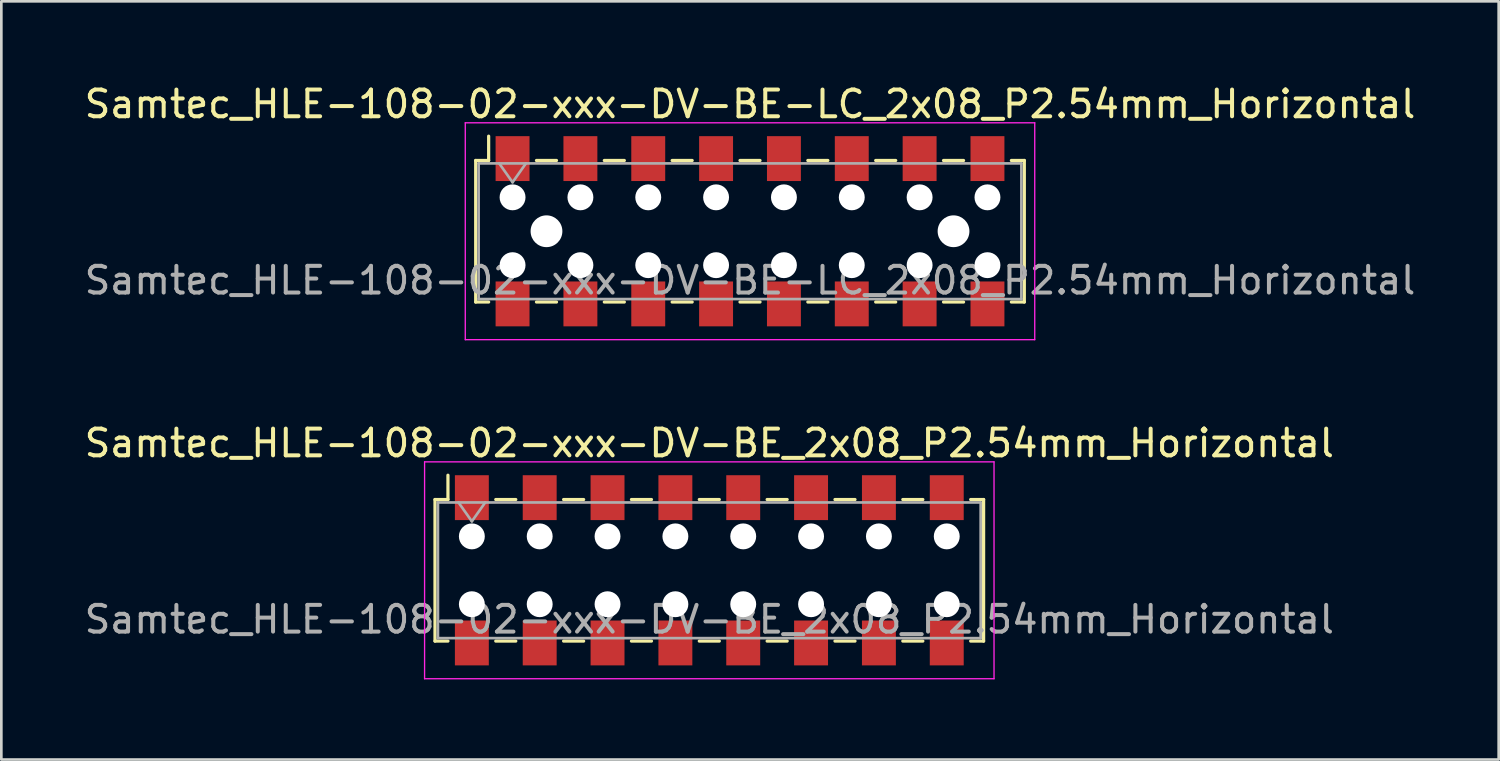
<source format=kicad_pcb>
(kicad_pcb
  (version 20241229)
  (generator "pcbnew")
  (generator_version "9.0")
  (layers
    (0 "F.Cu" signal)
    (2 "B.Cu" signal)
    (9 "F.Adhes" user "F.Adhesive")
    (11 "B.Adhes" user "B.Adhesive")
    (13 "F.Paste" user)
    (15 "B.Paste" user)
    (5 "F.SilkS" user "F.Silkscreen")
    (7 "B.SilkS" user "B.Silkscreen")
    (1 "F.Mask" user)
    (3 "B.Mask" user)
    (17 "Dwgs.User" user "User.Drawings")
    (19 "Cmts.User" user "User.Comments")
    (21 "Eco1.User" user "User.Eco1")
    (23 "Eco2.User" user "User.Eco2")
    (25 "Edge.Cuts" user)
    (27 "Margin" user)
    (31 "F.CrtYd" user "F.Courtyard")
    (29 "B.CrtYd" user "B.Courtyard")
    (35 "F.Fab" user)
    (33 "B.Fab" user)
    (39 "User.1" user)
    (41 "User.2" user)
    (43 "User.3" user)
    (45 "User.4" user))
  (footprint "Samtec_HLE-108-02-xxx-DV-BE_2x08_P2.54mm_Horizontal"
    (layer "F.Cu")
    (at 23.506 18.302)
    (property "Reference" "Samtec_HLE-108-02-xxx-DV-BE_2x08_P2.54mm_Horizontal" (at 0 -4.76 0) (layer "F.SilkS") (effects (font (size 1 1) (thickness 0.15))))
    (attr smd)
    (fp_line (start -10.27 -2.65) (end -10.27 2.65) (stroke (width 0.12) (type solid)) (layer "F.SilkS"))
    (fp_line (start -10.27 2.65) (end -9.785 2.65) (stroke (width 0.12) (type solid)) (layer "F.SilkS"))
    (fp_line (start -9.785 -3.56) (end -9.785 -2.65) (stroke (width 0.12) (type solid)) (layer "F.SilkS"))
    (fp_line (start -9.785 -2.65) (end -10.27 -2.65) (stroke (width 0.12) (type solid)) (layer "F.SilkS"))
    (fp_line (start -7.995 -2.65) (end -7.245 -2.65) (stroke (width 0.12) (type solid)) (layer "F.SilkS"))
    (fp_line (start -7.995 2.65) (end -7.245 2.65) (stroke (width 0.12) (type solid)) (layer "F.SilkS"))
    (fp_line (start -5.455 -2.65) (end -4.705 -2.65) (stroke (width 0.12) (type solid)) (layer "F.SilkS"))
    (fp_line (start -5.455 2.65) (end -4.705 2.65) (stroke (width 0.12) (type solid)) (layer "F.SilkS"))
    (fp_line (start -2.915 -2.65) (end -2.165 -2.65) (stroke (width 0.12) (type solid)) (layer "F.SilkS"))
    (fp_line (start -2.915 2.65) (end -2.165 2.65) (stroke (width 0.12) (type solid)) (layer "F.SilkS"))
    (fp_line (start -0.375 -2.65) (end 0.375 -2.65) (stroke (width 0.12) (type solid)) (layer "F.SilkS"))
    (fp_line (start -0.375 2.65) (end 0.375 2.65) (stroke (width 0.12) (type solid)) (layer "F.SilkS"))
    (fp_line (start 2.165 -2.65) (end 2.915 -2.65) (stroke (width 0.12) (type solid)) (layer "F.SilkS"))
    (fp_line (start 2.165 2.65) (end 2.915 2.65) (stroke (width 0.12) (type solid)) (layer "F.SilkS"))
    (fp_line (start 4.705 -2.65) (end 5.455 -2.65) (stroke (width 0.12) (type solid)) (layer "F.SilkS"))
    (fp_line (start 4.705 2.65) (end 5.455 2.65) (stroke (width 0.12) (type solid)) (layer "F.SilkS"))
    (fp_line (start 7.245 -2.65) (end 7.995 -2.65) (stroke (width 0.12) (type solid)) (layer "F.SilkS"))
    (fp_line (start 7.245 2.65) (end 7.995 2.65) (stroke (width 0.12) (type solid)) (layer "F.SilkS"))
    (fp_line (start 9.785 -2.65) (end 10.27 -2.65) (stroke (width 0.12) (type solid)) (layer "F.SilkS"))
    (fp_line (start 10.27 -2.65) (end 10.27 2.65) (stroke (width 0.12) (type solid)) (layer "F.SilkS"))
    (fp_line (start 10.27 2.65) (end 9.785 2.65) (stroke (width 0.12) (type solid)) (layer "F.SilkS"))
    (fp_line (start -10.66 -4.06) (end 10.66 -4.06) (stroke (width 0.05) (type solid)) (layer "F.CrtYd"))
    (fp_line (start -10.66 4.06) (end -10.66 -4.06) (stroke (width 0.05) (type solid)) (layer "F.CrtYd"))
    (fp_line (start 10.66 -4.06) (end 10.66 4.06) (stroke (width 0.05) (type solid)) (layer "F.CrtYd"))
    (fp_line (start 10.66 4.06) (end -10.66 4.06) (stroke (width 0.05) (type solid)) (layer "F.CrtYd"))
    (fp_line (start -10.16 -2.54) (end 10.16 -2.54) (stroke (width 0.1) (type solid)) (layer "F.Fab"))
    (fp_line (start -10.16 2.54) (end -10.16 -2.54) (stroke (width 0.1) (type solid)) (layer "F.Fab"))
    (fp_line (start -9.39 -2.54) (end -8.89 -1.833) (stroke (width 0.1) (type solid)) (layer "F.Fab"))
    (fp_line (start -8.89 -1.833) (end -8.39 -2.54) (stroke (width 0.1) (type solid)) (layer "F.Fab"))
    (fp_line (start 10.16 -2.54) (end 10.16 2.54) (stroke (width 0.1) (type solid)) (layer "F.Fab"))
    (fp_line (start 10.16 2.54) (end -10.16 2.54) (stroke (width 0.1) (type solid)) (layer "F.Fab"))
    (fp_text user "${REFERENCE}" (at 0 1.84 0) (layer "F.Fab") (effects (font (size 1 1) (thickness 0.15))))
    (pad "" np_thru_hole circle (at -8.89 -1.27) (size 0.97 0.97) (drill 0.97) (layers "*.Cu" "*.Mask"))
    (pad "" np_thru_hole circle (at -8.89 1.27) (size 0.97 0.97) (drill 0.97) (layers "*.Cu" "*.Mask"))
    (pad "" np_thru_hole circle (at -6.35 -1.27) (size 0.97 0.97) (drill 0.97) (layers "*.Cu" "*.Mask"))
    (pad "" np_thru_hole circle (at -6.35 1.27) (size 0.97 0.97) (drill 0.97) (layers "*.Cu" "*.Mask"))
    (pad "" np_thru_hole circle (at -3.81 -1.27) (size 0.97 0.97) (drill 0.97) (layers "*.Cu" "*.Mask"))
    (pad "" np_thru_hole circle (at -3.81 1.27) (size 0.97 0.97) (drill 0.97) (layers "*.Cu" "*.Mask"))
    (pad "" np_thru_hole circle (at -1.27 -1.27) (size 0.97 0.97) (drill 0.97) (layers "*.Cu" "*.Mask"))
    (pad "" np_thru_hole circle (at -1.27 1.27) (size 0.97 0.97) (drill 0.97) (layers "*.Cu" "*.Mask"))
    (pad "" np_thru_hole circle (at 1.27 -1.27) (size 0.97 0.97) (drill 0.97) (layers "*.Cu" "*.Mask"))
    (pad "" np_thru_hole circle (at 1.27 1.27) (size 0.97 0.97) (drill 0.97) (layers "*.Cu" "*.Mask"))
    (pad "" np_thru_hole circle (at 3.81 -1.27) (size 0.97 0.97) (drill 0.97) (layers "*.Cu" "*.Mask"))
    (pad "" np_thru_hole circle (at 3.81 1.27) (size 0.97 0.97) (drill 0.97) (layers "*.Cu" "*.Mask"))
    (pad "" np_thru_hole circle (at 6.35 -1.27) (size 0.97 0.97) (drill 0.97) (layers "*.Cu" "*.Mask"))
    (pad "" np_thru_hole circle (at 6.35 1.27) (size 0.97 0.97) (drill 0.97) (layers "*.Cu" "*.Mask"))
    (pad "" np_thru_hole circle (at 8.89 -1.27) (size 0.97 0.97) (drill 0.97) (layers "*.Cu" "*.Mask"))
    (pad "" np_thru_hole circle (at 8.89 1.27) (size 0.97 0.97) (drill 0.97) (layers "*.Cu" "*.Mask"))
    (pad "1" smd rect (at -8.89 -2.72) (size 1.27 1.68) (layers "F.Cu" "F.Mask" "F.Paste"))
    (pad "2" smd rect (at -8.89 2.72) (size 1.27 1.68) (layers "F.Cu" "F.Mask" "F.Paste"))
    (pad "3" smd rect (at -6.35 -2.72) (size 1.27 1.68) (layers "F.Cu" "F.Mask" "F.Paste"))
    (pad "4" smd rect (at -6.35 2.72) (size 1.27 1.68) (layers "F.Cu" "F.Mask" "F.Paste"))
    (pad "5" smd rect (at -3.81 -2.72) (size 1.27 1.68) (layers "F.Cu" "F.Mask" "F.Paste"))
    (pad "6" smd rect (at -3.81 2.72) (size 1.27 1.68) (layers "F.Cu" "F.Mask" "F.Paste"))
    (pad "7" smd rect (at -1.27 -2.72) (size 1.27 1.68) (layers "F.Cu" "F.Mask" "F.Paste"))
    (pad "8" smd rect (at -1.27 2.72) (size 1.27 1.68) (layers "F.Cu" "F.Mask" "F.Paste"))
    (pad "9" smd rect (at 1.27 -2.72) (size 1.27 1.68) (layers "F.Cu" "F.Mask" "F.Paste"))
    (pad "10" smd rect (at 1.27 2.72) (size 1.27 1.68) (layers "F.Cu" "F.Mask" "F.Paste"))
    (pad "11" smd rect (at 3.81 -2.72) (size 1.27 1.68) (layers "F.Cu" "F.Mask" "F.Paste"))
    (pad "12" smd rect (at 3.81 2.72) (size 1.27 1.68) (layers "F.Cu" "F.Mask" "F.Paste"))
    (pad "13" smd rect (at 6.35 -2.72) (size 1.27 1.68) (layers "F.Cu" "F.Mask" "F.Paste"))
    (pad "14" smd rect (at 6.35 2.72) (size 1.27 1.68) (layers "F.Cu" "F.Mask" "F.Paste"))
    (pad "15" smd rect (at 8.89 -2.72) (size 1.27 1.68) (layers "F.Cu" "F.Mask" "F.Paste"))
    (pad "16" smd rect (at 8.89 2.72) (size 1.27 1.68) (layers "F.Cu" "F.Mask" "F.Paste")))
  (footprint "Samtec_HLE-108-02-xxx-DV-BE-LC_2x08_P2.54mm_Horizontal"
    (layer "F.Cu")
    (at 25.03 5.608)
    (property "Reference" "Samtec_HLE-108-02-xxx-DV-BE-LC_2x08_P2.54mm_Horizontal" (at 0 -4.76 0) (layer "F.SilkS") (effects (font (size 1 1) (thickness 0.15))))
    (attr smd)
    (fp_line (start -10.27 -2.65) (end -10.27 2.65) (stroke (width 0.12) (type solid)) (layer "F.SilkS"))
    (fp_line (start -10.27 2.65) (end -9.785 2.65) (stroke (width 0.12) (type solid)) (layer "F.SilkS"))
    (fp_line (start -9.785 -3.56) (end -9.785 -2.65) (stroke (width 0.12) (type solid)) (layer "F.SilkS"))
    (fp_line (start -9.785 -2.65) (end -10.27 -2.65) (stroke (width 0.12) (type solid)) (layer "F.SilkS"))
    (fp_line (start -7.995 -2.65) (end -7.245 -2.65) (stroke (width 0.12) (type solid)) (layer "F.SilkS"))
    (fp_line (start -7.995 2.65) (end -7.245 2.65) (stroke (width 0.12) (type solid)) (layer "F.SilkS"))
    (fp_line (start -5.455 -2.65) (end -4.705 -2.65) (stroke (width 0.12) (type solid)) (layer "F.SilkS"))
    (fp_line (start -5.455 2.65) (end -4.705 2.65) (stroke (width 0.12) (type solid)) (layer "F.SilkS"))
    (fp_line (start -2.915 -2.65) (end -2.165 -2.65) (stroke (width 0.12) (type solid)) (layer "F.SilkS"))
    (fp_line (start -2.915 2.65) (end -2.165 2.65) (stroke (width 0.12) (type solid)) (layer "F.SilkS"))
    (fp_line (start -0.375 -2.65) (end 0.375 -2.65) (stroke (width 0.12) (type solid)) (layer "F.SilkS"))
    (fp_line (start -0.375 2.65) (end 0.375 2.65) (stroke (width 0.12) (type solid)) (layer "F.SilkS"))
    (fp_line (start 2.165 -2.65) (end 2.915 -2.65) (stroke (width 0.12) (type solid)) (layer "F.SilkS"))
    (fp_line (start 2.165 2.65) (end 2.915 2.65) (stroke (width 0.12) (type solid)) (layer "F.SilkS"))
    (fp_line (start 4.705 -2.65) (end 5.455 -2.65) (stroke (width 0.12) (type solid)) (layer "F.SilkS"))
    (fp_line (start 4.705 2.65) (end 5.455 2.65) (stroke (width 0.12) (type solid)) (layer "F.SilkS"))
    (fp_line (start 7.245 -2.65) (end 7.995 -2.65) (stroke (width 0.12) (type solid)) (layer "F.SilkS"))
    (fp_line (start 7.245 2.65) (end 7.995 2.65) (stroke (width 0.12) (type solid)) (layer "F.SilkS"))
    (fp_line (start 9.785 -2.65) (end 10.27 -2.65) (stroke (width 0.12) (type solid)) (layer "F.SilkS"))
    (fp_line (start 10.27 -2.65) (end 10.27 2.65) (stroke (width 0.12) (type solid)) (layer "F.SilkS"))
    (fp_line (start 10.27 2.65) (end 9.785 2.65) (stroke (width 0.12) (type solid)) (layer "F.SilkS"))
    (fp_line (start -10.66 -4.06) (end 10.66 -4.06) (stroke (width 0.05) (type solid)) (layer "F.CrtYd"))
    (fp_line (start -10.66 4.06) (end -10.66 -4.06) (stroke (width 0.05) (type solid)) (layer "F.CrtYd"))
    (fp_line (start 10.66 -4.06) (end 10.66 4.06) (stroke (width 0.05) (type solid)) (layer "F.CrtYd"))
    (fp_line (start 10.66 4.06) (end -10.66 4.06) (stroke (width 0.05) (type solid)) (layer "F.CrtYd"))
    (fp_line (start -10.16 -2.54) (end 10.16 -2.54) (stroke (width 0.1) (type solid)) (layer "F.Fab"))
    (fp_line (start -10.16 2.54) (end -10.16 -2.54) (stroke (width 0.1) (type solid)) (layer "F.Fab"))
    (fp_line (start -9.39 -2.54) (end -8.89 -1.833) (stroke (width 0.1) (type solid)) (layer "F.Fab"))
    (fp_line (start -8.89 -1.833) (end -8.39 -2.54) (stroke (width 0.1) (type solid)) (layer "F.Fab"))
    (fp_line (start 10.16 -2.54) (end 10.16 2.54) (stroke (width 0.1) (type solid)) (layer "F.Fab"))
    (fp_line (start 10.16 2.54) (end -10.16 2.54) (stroke (width 0.1) (type solid)) (layer "F.Fab"))
    (fp_text user "${REFERENCE}" (at 0 1.84 0) (layer "F.Fab") (effects (font (size 1 1) (thickness 0.15))))
    (pad "" np_thru_hole circle (at -8.89 -1.27) (size 0.97 0.97) (drill 0.97) (layers "*.Cu" "*.Mask"))
    (pad "" np_thru_hole circle (at -8.89 1.27) (size 0.97 0.97) (drill 0.97) (layers "*.Cu" "*.Mask"))
    (pad "" np_thru_hole circle (at -7.62 0) (size 1.19 1.19) (drill 1.19) (layers "*.Cu" "*.Mask"))
    (pad "" np_thru_hole circle (at -6.35 -1.27) (size 0.97 0.97) (drill 0.97) (layers "*.Cu" "*.Mask"))
    (pad "" np_thru_hole circle (at -6.35 1.27) (size 0.97 0.97) (drill 0.97) (layers "*.Cu" "*.Mask"))
    (pad "" np_thru_hole circle (at -3.81 -1.27) (size 0.97 0.97) (drill 0.97) (layers "*.Cu" "*.Mask"))
    (pad "" np_thru_hole circle (at -3.81 1.27) (size 0.97 0.97) (drill 0.97) (layers "*.Cu" "*.Mask"))
    (pad "" np_thru_hole circle (at -1.27 -1.27) (size 0.97 0.97) (drill 0.97) (layers "*.Cu" "*.Mask"))
    (pad "" np_thru_hole circle (at -1.27 1.27) (size 0.97 0.97) (drill 0.97) (layers "*.Cu" "*.Mask"))
    (pad "" np_thru_hole circle (at 1.27 -1.27) (size 0.97 0.97) (drill 0.97) (layers "*.Cu" "*.Mask"))
    (pad "" np_thru_hole circle (at 1.27 1.27) (size 0.97 0.97) (drill 0.97) (layers "*.Cu" "*.Mask"))
    (pad "" np_thru_hole circle (at 3.81 -1.27) (size 0.97 0.97) (drill 0.97) (layers "*.Cu" "*.Mask"))
    (pad "" np_thru_hole circle (at 3.81 1.27) (size 0.97 0.97) (drill 0.97) (layers "*.Cu" "*.Mask"))
    (pad "" np_thru_hole circle (at 6.35 -1.27) (size 0.97 0.97) (drill 0.97) (layers "*.Cu" "*.Mask"))
    (pad "" np_thru_hole circle (at 6.35 1.27) (size 0.97 0.97) (drill 0.97) (layers "*.Cu" "*.Mask"))
    (pad "" np_thru_hole circle (at 7.62 0) (size 1.19 1.19) (drill 1.19) (layers "*.Cu" "*.Mask"))
    (pad "" np_thru_hole circle (at 8.89 -1.27) (size 0.97 0.97) (drill 0.97) (layers "*.Cu" "*.Mask"))
    (pad "" np_thru_hole circle (at 8.89 1.27) (size 0.97 0.97) (drill 0.97) (layers "*.Cu" "*.Mask"))
    (pad "1" smd rect (at -8.89 -2.72) (size 1.27 1.68) (layers "F.Cu" "F.Mask" "F.Paste"))
    (pad "2" smd rect (at -8.89 2.72) (size 1.27 1.68) (layers "F.Cu" "F.Mask" "F.Paste"))
    (pad "3" smd rect (at -6.35 -2.72) (size 1.27 1.68) (layers "F.Cu" "F.Mask" "F.Paste"))
    (pad "4" smd rect (at -6.35 2.72) (size 1.27 1.68) (layers "F.Cu" "F.Mask" "F.Paste"))
    (pad "5" smd rect (at -3.81 -2.72) (size 1.27 1.68) (layers "F.Cu" "F.Mask" "F.Paste"))
    (pad "6" smd rect (at -3.81 2.72) (size 1.27 1.68) (layers "F.Cu" "F.Mask" "F.Paste"))
    (pad "7" smd rect (at -1.27 -2.72) (size 1.27 1.68) (layers "F.Cu" "F.Mask" "F.Paste"))
    (pad "8" smd rect (at -1.27 2.72) (size 1.27 1.68) (layers "F.Cu" "F.Mask" "F.Paste"))
    (pad "9" smd rect (at 1.27 -2.72) (size 1.27 1.68) (layers "F.Cu" "F.Mask" "F.Paste"))
    (pad "10" smd rect (at 1.27 2.72) (size 1.27 1.68) (layers "F.Cu" "F.Mask" "F.Paste"))
    (pad "11" smd rect (at 3.81 -2.72) (size 1.27 1.68) (layers "F.Cu" "F.Mask" "F.Paste"))
    (pad "12" smd rect (at 3.81 2.72) (size 1.27 1.68) (layers "F.Cu" "F.Mask" "F.Paste"))
    (pad "13" smd rect (at 6.35 -2.72) (size 1.27 1.68) (layers "F.Cu" "F.Mask" "F.Paste"))
    (pad "14" smd rect (at 6.35 2.72) (size 1.27 1.68) (layers "F.Cu" "F.Mask" "F.Paste"))
    (pad "15" smd rect (at 8.89 -2.72) (size 1.27 1.68) (layers "F.Cu" "F.Mask" "F.Paste"))
    (pad "16" smd rect (at 8.89 2.72) (size 1.27 1.68) (layers "F.Cu" "F.Mask" "F.Paste")))
  (gr_rect
    (start -3 -3)
    (end 53.06 25.387)
    (stroke (width 0.1) (type default))
    (fill no)
    (layer "Edge.Cuts")))
</source>
